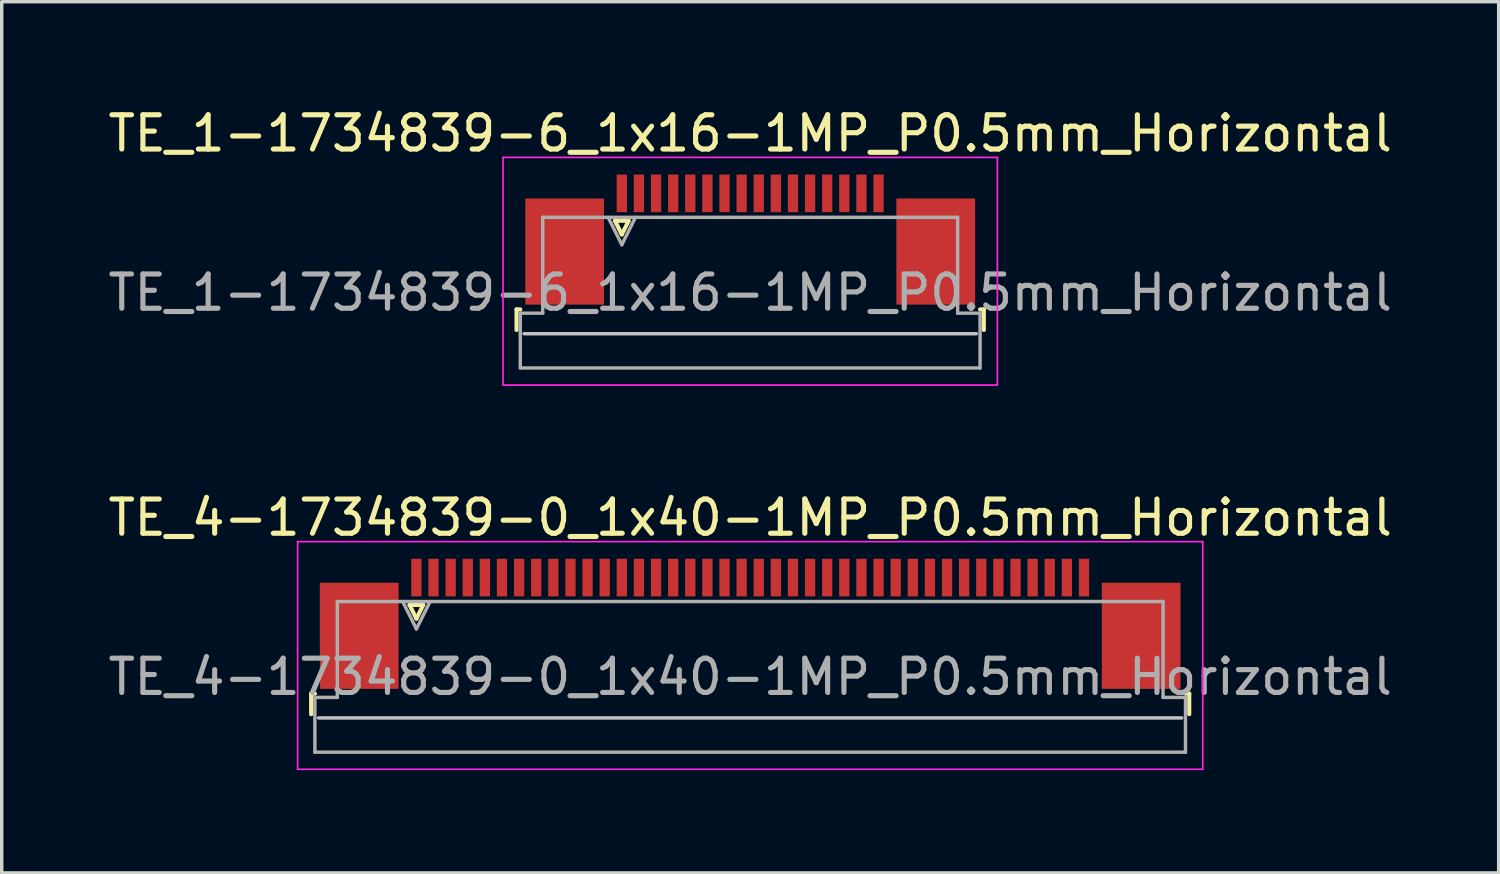
<source format=kicad_pcb>
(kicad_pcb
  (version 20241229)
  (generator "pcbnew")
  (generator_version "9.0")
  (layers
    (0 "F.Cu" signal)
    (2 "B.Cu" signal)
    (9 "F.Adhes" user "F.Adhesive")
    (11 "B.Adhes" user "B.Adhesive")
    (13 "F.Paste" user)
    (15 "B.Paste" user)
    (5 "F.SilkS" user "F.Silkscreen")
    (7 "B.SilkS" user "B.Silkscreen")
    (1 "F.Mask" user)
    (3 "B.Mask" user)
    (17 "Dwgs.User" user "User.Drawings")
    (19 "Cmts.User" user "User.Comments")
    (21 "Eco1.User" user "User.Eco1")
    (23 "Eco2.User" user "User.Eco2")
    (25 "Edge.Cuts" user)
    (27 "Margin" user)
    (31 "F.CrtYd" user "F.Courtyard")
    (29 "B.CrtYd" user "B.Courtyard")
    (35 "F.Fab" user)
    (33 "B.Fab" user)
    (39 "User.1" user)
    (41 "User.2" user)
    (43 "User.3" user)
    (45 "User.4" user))
  (footprint "TE_4-1734839-0_1x40-1MP_P0.5mm_Horizontal"
    (layer "F.Cu")
    (at 18.863 15.171)
    (property "Reference" "TE_4-1734839-0_1x40-1MP_P0.5mm_Horizontal" (at 0 -3.1 0) (layer "F.SilkS") (effects (font (size 1 1) (thickness 0.15))))
    (attr smd)
    (fp_line (start -12.825 2.04) (end -12.825 2.64) (stroke (width 0.12) (type solid)) (layer "F.SilkS"))
    (fp_line (start -12.715 2.04) (end -12.825 2.04) (stroke (width 0.12) (type solid)) (layer "F.SilkS"))
    (fp_line (start -9.95 -0.55) (end -9.75 -0.15) (stroke (width 0.12) (type solid)) (layer "F.SilkS"))
    (fp_line (start -9.75 -0.15) (end -9.55 -0.55) (stroke (width 0.12) (type solid)) (layer "F.SilkS"))
    (fp_line (start -9.55 -0.55) (end -9.95 -0.55) (stroke (width 0.12) (type solid)) (layer "F.SilkS"))
    (fp_line (start 12.715 2.04) (end 12.825 2.04) (stroke (width 0.12) (type solid)) (layer "F.SilkS"))
    (fp_line (start 12.825 2.04) (end 12.825 2.64) (stroke (width 0.12) (type solid)) (layer "F.SilkS"))
    (fp_line (start 12.605 2.75) (end -12.605 2.75) (stroke (width 0.1) (type solid)) (layer "Dwgs.User"))
    (fp_line (start -13.22 -2.4) (end -13.22 4.25) (stroke (width 0.05) (type solid)) (layer "F.CrtYd"))
    (fp_line (start -13.22 4.25) (end 13.22 4.25) (stroke (width 0.05) (type solid)) (layer "F.CrtYd"))
    (fp_line (start 13.22 -2.4) (end -13.22 -2.4) (stroke (width 0.05) (type solid)) (layer "F.CrtYd"))
    (fp_line (start 13.22 4.25) (end 13.22 -2.4) (stroke (width 0.05) (type solid)) (layer "F.CrtYd"))
    (fp_line (start -12.715 2.15) (end -12.06 2.15) (stroke (width 0.1) (type solid)) (layer "F.Fab"))
    (fp_line (start -12.715 3.75) (end -12.715 2.15) (stroke (width 0.1) (type solid)) (layer "F.Fab"))
    (fp_line (start -12.06 -0.65) (end 12.06 -0.65) (stroke (width 0.1) (type solid)) (layer "F.Fab"))
    (fp_line (start -12.06 2.15) (end -12.06 -0.65) (stroke (width 0.1) (type solid)) (layer "F.Fab"))
    (fp_line (start -10.15 -0.65) (end -9.75 0.15) (stroke (width 0.1) (type solid)) (layer "F.Fab"))
    (fp_line (start -9.75 0.15) (end -9.35 -0.65) (stroke (width 0.1) (type solid)) (layer "F.Fab"))
    (fp_line (start 12.06 -0.65) (end 12.06 2.15) (stroke (width 0.1) (type solid)) (layer "F.Fab"))
    (fp_line (start 12.06 2.15) (end 12.715 2.15) (stroke (width 0.1) (type solid)) (layer "F.Fab"))
    (fp_line (start 12.715 2.15) (end 12.715 3.75) (stroke (width 0.1) (type solid)) (layer "F.Fab"))
    (fp_line (start 12.715 3.75) (end -12.715 3.75) (stroke (width 0.1) (type solid)) (layer "F.Fab"))
    (fp_text user "${REFERENCE}" (at 0 1.55 0) (layer "F.Fab") (effects (font (size 1 1) (thickness 0.15))))
    (pad "1" smd rect (at -9.75 -1.35) (size 0.3 1.1) (layers "F.Cu" "F.Mask" "F.Paste"))
    (pad "2" smd rect (at -9.25 -1.35) (size 0.3 1.1) (layers "F.Cu" "F.Mask" "F.Paste"))
    (pad "3" smd rect (at -8.75 -1.35) (size 0.3 1.1) (layers "F.Cu" "F.Mask" "F.Paste"))
    (pad "4" smd rect (at -8.25 -1.35) (size 0.3 1.1) (layers "F.Cu" "F.Mask" "F.Paste"))
    (pad "5" smd rect (at -7.75 -1.35) (size 0.3 1.1) (layers "F.Cu" "F.Mask" "F.Paste"))
    (pad "6" smd rect (at -7.25 -1.35) (size 0.3 1.1) (layers "F.Cu" "F.Mask" "F.Paste"))
    (pad "7" smd rect (at -6.75 -1.35) (size 0.3 1.1) (layers "F.Cu" "F.Mask" "F.Paste"))
    (pad "8" smd rect (at -6.25 -1.35) (size 0.3 1.1) (layers "F.Cu" "F.Mask" "F.Paste"))
    (pad "9" smd rect (at -5.75 -1.35) (size 0.3 1.1) (layers "F.Cu" "F.Mask" "F.Paste"))
    (pad "10" smd rect (at -5.25 -1.35) (size 0.3 1.1) (layers "F.Cu" "F.Mask" "F.Paste"))
    (pad "11" smd rect (at -4.75 -1.35) (size 0.3 1.1) (layers "F.Cu" "F.Mask" "F.Paste"))
    (pad "12" smd rect (at -4.25 -1.35) (size 0.3 1.1) (layers "F.Cu" "F.Mask" "F.Paste"))
    (pad "13" smd rect (at -3.75 -1.35) (size 0.3 1.1) (layers "F.Cu" "F.Mask" "F.Paste"))
    (pad "14" smd rect (at -3.25 -1.35) (size 0.3 1.1) (layers "F.Cu" "F.Mask" "F.Paste"))
    (pad "15" smd rect (at -2.75 -1.35) (size 0.3 1.1) (layers "F.Cu" "F.Mask" "F.Paste"))
    (pad "16" smd rect (at -2.25 -1.35) (size 0.3 1.1) (layers "F.Cu" "F.Mask" "F.Paste"))
    (pad "17" smd rect (at -1.75 -1.35) (size 0.3 1.1) (layers "F.Cu" "F.Mask" "F.Paste"))
    (pad "18" smd rect (at -1.25 -1.35) (size 0.3 1.1) (layers "F.Cu" "F.Mask" "F.Paste"))
    (pad "19" smd rect (at -0.75 -1.35) (size 0.3 1.1) (layers "F.Cu" "F.Mask" "F.Paste"))
    (pad "20" smd rect (at -0.25 -1.35) (size 0.3 1.1) (layers "F.Cu" "F.Mask" "F.Paste"))
    (pad "21" smd rect (at 0.25 -1.35) (size 0.3 1.1) (layers "F.Cu" "F.Mask" "F.Paste"))
    (pad "22" smd rect (at 0.75 -1.35) (size 0.3 1.1) (layers "F.Cu" "F.Mask" "F.Paste"))
    (pad "23" smd rect (at 1.25 -1.35) (size 0.3 1.1) (layers "F.Cu" "F.Mask" "F.Paste"))
    (pad "24" smd rect (at 1.75 -1.35) (size 0.3 1.1) (layers "F.Cu" "F.Mask" "F.Paste"))
    (pad "25" smd rect (at 2.25 -1.35) (size 0.3 1.1) (layers "F.Cu" "F.Mask" "F.Paste"))
    (pad "26" smd rect (at 2.75 -1.35) (size 0.3 1.1) (layers "F.Cu" "F.Mask" "F.Paste"))
    (pad "27" smd rect (at 3.25 -1.35) (size 0.3 1.1) (layers "F.Cu" "F.Mask" "F.Paste"))
    (pad "28" smd rect (at 3.75 -1.35) (size 0.3 1.1) (layers "F.Cu" "F.Mask" "F.Paste"))
    (pad "29" smd rect (at 4.25 -1.35) (size 0.3 1.1) (layers "F.Cu" "F.Mask" "F.Paste"))
    (pad "30" smd rect (at 4.75 -1.35) (size 0.3 1.1) (layers "F.Cu" "F.Mask" "F.Paste"))
    (pad "31" smd rect (at 5.25 -1.35) (size 0.3 1.1) (layers "F.Cu" "F.Mask" "F.Paste"))
    (pad "32" smd rect (at 5.75 -1.35) (size 0.3 1.1) (layers "F.Cu" "F.Mask" "F.Paste"))
    (pad "33" smd rect (at 6.25 -1.35) (size 0.3 1.1) (layers "F.Cu" "F.Mask" "F.Paste"))
    (pad "34" smd rect (at 6.75 -1.35) (size 0.3 1.1) (layers "F.Cu" "F.Mask" "F.Paste"))
    (pad "35" smd rect (at 7.25 -1.35) (size 0.3 1.1) (layers "F.Cu" "F.Mask" "F.Paste"))
    (pad "36" smd rect (at 7.75 -1.35) (size 0.3 1.1) (layers "F.Cu" "F.Mask" "F.Paste"))
    (pad "37" smd rect (at 8.25 -1.35) (size 0.3 1.1) (layers "F.Cu" "F.Mask" "F.Paste"))
    (pad "38" smd rect (at 8.75 -1.35) (size 0.3 1.1) (layers "F.Cu" "F.Mask" "F.Paste"))
    (pad "39" smd rect (at 9.25 -1.35) (size 0.3 1.1) (layers "F.Cu" "F.Mask" "F.Paste"))
    (pad "40" smd rect (at 9.75 -1.35) (size 0.3 1.1) (layers "F.Cu" "F.Mask" "F.Paste"))
    (pad "MP" smd rect (at -11.42 0.35) (size 2.3 3.1) (layers "F.Cu" "F.Mask" "F.Paste"))
    (pad "MP" smd rect (at 11.42 0.35) (size 2.3 3.1) (layers "F.Cu" "F.Mask" "F.Paste")))
  (footprint "TE_1-1734839-6_1x16-1MP_P0.5mm_Horizontal"
    (layer "F.Cu")
    (at 18.863 3.948)
    (property "Reference" "TE_1-1734839-6_1x16-1MP_P0.5mm_Horizontal" (at 0 -3.1 0) (layer "F.SilkS") (effects (font (size 1 1) (thickness 0.15))))
    (attr smd)
    (fp_line (start -6.825 2.04) (end -6.825 2.64) (stroke (width 0.12) (type solid)) (layer "F.SilkS"))
    (fp_line (start -6.715 2.04) (end -6.825 2.04) (stroke (width 0.12) (type solid)) (layer "F.SilkS"))
    (fp_line (start -3.95 -0.55) (end -3.75 -0.15) (stroke (width 0.12) (type solid)) (layer "F.SilkS"))
    (fp_line (start -3.75 -0.15) (end -3.55 -0.55) (stroke (width 0.12) (type solid)) (layer "F.SilkS"))
    (fp_line (start -3.55 -0.55) (end -3.95 -0.55) (stroke (width 0.12) (type solid)) (layer "F.SilkS"))
    (fp_line (start 6.715 2.04) (end 6.825 2.04) (stroke (width 0.12) (type solid)) (layer "F.SilkS"))
    (fp_line (start 6.825 2.04) (end 6.825 2.64) (stroke (width 0.12) (type solid)) (layer "F.SilkS"))
    (fp_line (start 6.605 2.75) (end -6.605 2.75) (stroke (width 0.1) (type solid)) (layer "Dwgs.User"))
    (fp_line (start -7.22 -2.4) (end -7.22 4.25) (stroke (width 0.05) (type solid)) (layer "F.CrtYd"))
    (fp_line (start -7.22 4.25) (end 7.22 4.25) (stroke (width 0.05) (type solid)) (layer "F.CrtYd"))
    (fp_line (start 7.22 -2.4) (end -7.22 -2.4) (stroke (width 0.05) (type solid)) (layer "F.CrtYd"))
    (fp_line (start 7.22 4.25) (end 7.22 -2.4) (stroke (width 0.05) (type solid)) (layer "F.CrtYd"))
    (fp_line (start -6.715 2.15) (end -6.06 2.15) (stroke (width 0.1) (type solid)) (layer "F.Fab"))
    (fp_line (start -6.715 3.75) (end -6.715 2.15) (stroke (width 0.1) (type solid)) (layer "F.Fab"))
    (fp_line (start -6.06 -0.65) (end 6.06 -0.65) (stroke (width 0.1) (type solid)) (layer "F.Fab"))
    (fp_line (start -6.06 2.15) (end -6.06 -0.65) (stroke (width 0.1) (type solid)) (layer "F.Fab"))
    (fp_line (start -4.15 -0.65) (end -3.75 0.15) (stroke (width 0.1) (type solid)) (layer "F.Fab"))
    (fp_line (start -3.75 0.15) (end -3.35 -0.65) (stroke (width 0.1) (type solid)) (layer "F.Fab"))
    (fp_line (start 6.06 -0.65) (end 6.06 2.15) (stroke (width 0.1) (type solid)) (layer "F.Fab"))
    (fp_line (start 6.06 2.15) (end 6.715 2.15) (stroke (width 0.1) (type solid)) (layer "F.Fab"))
    (fp_line (start 6.715 2.15) (end 6.715 3.75) (stroke (width 0.1) (type solid)) (layer "F.Fab"))
    (fp_line (start 6.715 3.75) (end -6.715 3.75) (stroke (width 0.1) (type solid)) (layer "F.Fab"))
    (fp_text user "${REFERENCE}" (at 0 1.55 0) (layer "F.Fab") (effects (font (size 1 1) (thickness 0.15))))
    (pad "1" smd rect (at -3.75 -1.35) (size 0.3 1.1) (layers "F.Cu" "F.Mask" "F.Paste"))
    (pad "2" smd rect (at -3.25 -1.35) (size 0.3 1.1) (layers "F.Cu" "F.Mask" "F.Paste"))
    (pad "3" smd rect (at -2.75 -1.35) (size 0.3 1.1) (layers "F.Cu" "F.Mask" "F.Paste"))
    (pad "4" smd rect (at -2.25 -1.35) (size 0.3 1.1) (layers "F.Cu" "F.Mask" "F.Paste"))
    (pad "5" smd rect (at -1.75 -1.35) (size 0.3 1.1) (layers "F.Cu" "F.Mask" "F.Paste"))
    (pad "6" smd rect (at -1.25 -1.35) (size 0.3 1.1) (layers "F.Cu" "F.Mask" "F.Paste"))
    (pad "7" smd rect (at -0.75 -1.35) (size 0.3 1.1) (layers "F.Cu" "F.Mask" "F.Paste"))
    (pad "8" smd rect (at -0.25 -1.35) (size 0.3 1.1) (layers "F.Cu" "F.Mask" "F.Paste"))
    (pad "9" smd rect (at 0.25 -1.35) (size 0.3 1.1) (layers "F.Cu" "F.Mask" "F.Paste"))
    (pad "10" smd rect (at 0.75 -1.35) (size 0.3 1.1) (layers "F.Cu" "F.Mask" "F.Paste"))
    (pad "11" smd rect (at 1.25 -1.35) (size 0.3 1.1) (layers "F.Cu" "F.Mask" "F.Paste"))
    (pad "12" smd rect (at 1.75 -1.35) (size 0.3 1.1) (layers "F.Cu" "F.Mask" "F.Paste"))
    (pad "13" smd rect (at 2.25 -1.35) (size 0.3 1.1) (layers "F.Cu" "F.Mask" "F.Paste"))
    (pad "14" smd rect (at 2.75 -1.35) (size 0.3 1.1) (layers "F.Cu" "F.Mask" "F.Paste"))
    (pad "15" smd rect (at 3.25 -1.35) (size 0.3 1.1) (layers "F.Cu" "F.Mask" "F.Paste"))
    (pad "16" smd rect (at 3.75 -1.35) (size 0.3 1.1) (layers "F.Cu" "F.Mask" "F.Paste"))
    (pad "MP" smd rect (at -5.42 0.35) (size 2.3 3.1) (layers "F.Cu" "F.Mask" "F.Paste"))
    (pad "MP" smd rect (at 5.42 0.35) (size 2.3 3.1) (layers "F.Cu" "F.Mask" "F.Paste")))
  (gr_rect
    (start -3 -3)
    (end 40.726 22.447)
    (stroke (width 0.1) (type default))
    (fill no)
    (layer "Edge.Cuts")))
</source>
